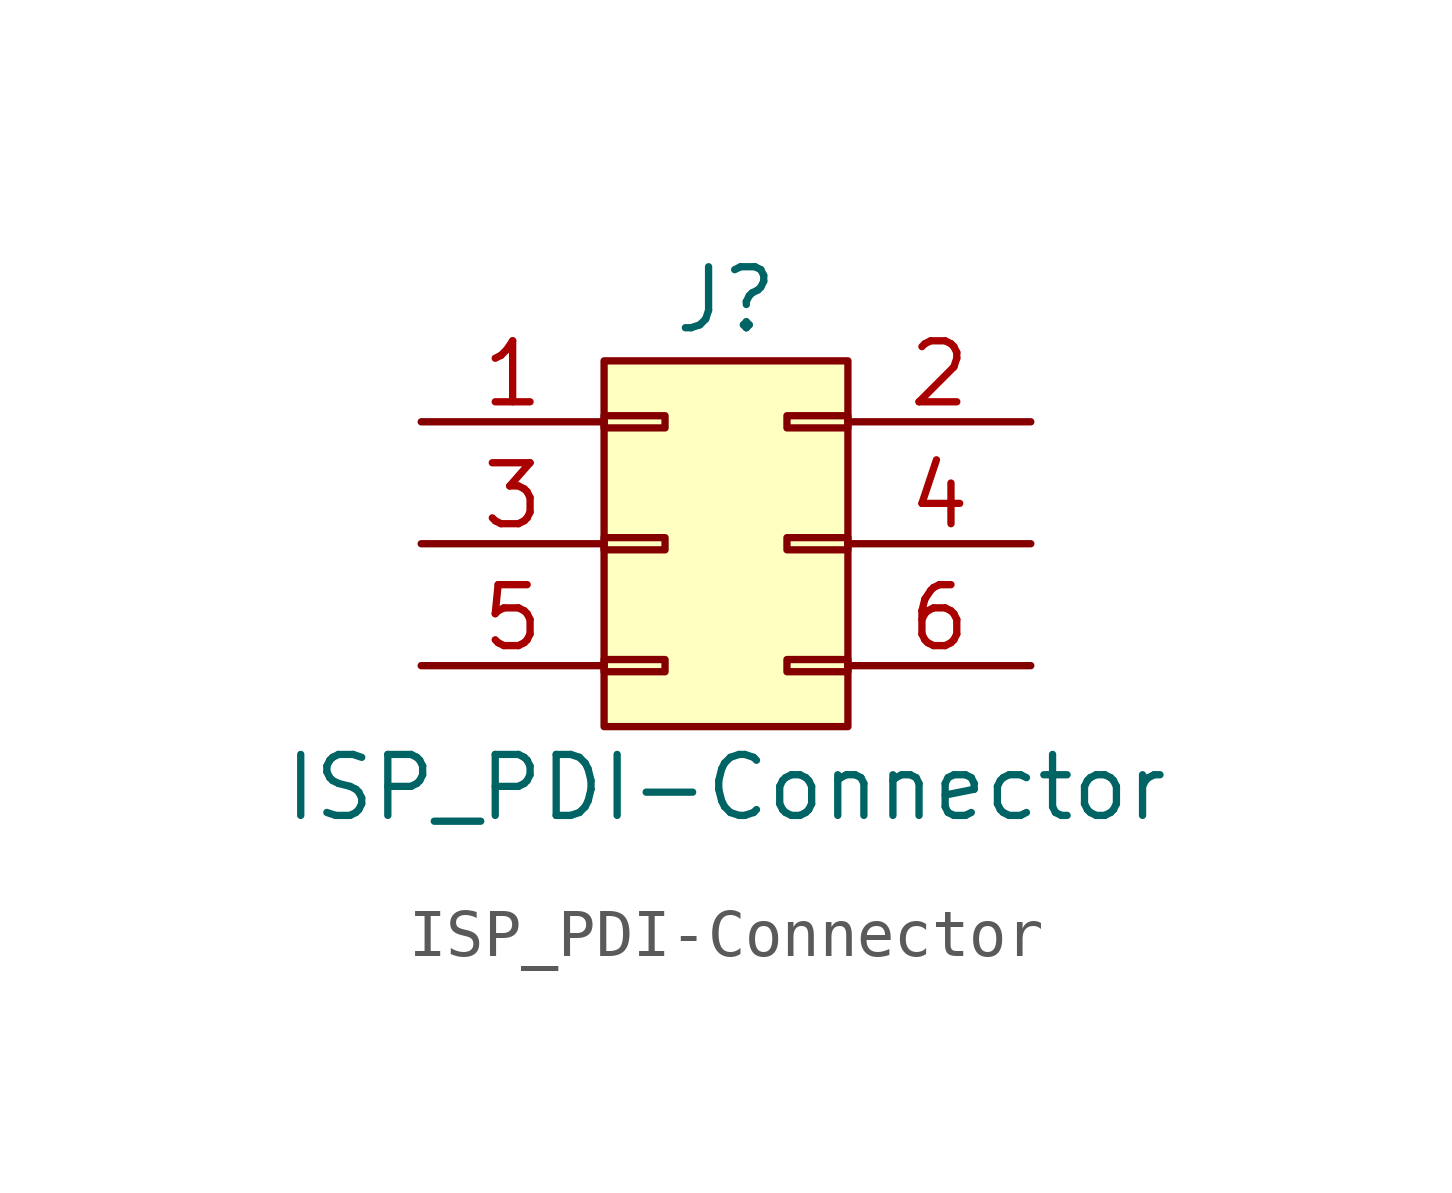
<source format=kicad_sym>
(kicad_symbol_lib
  (version 20211014)
  (generator kicad_symbol_editor)
  (symbol "ISP_PDI-Connector"
    (pin_names
      (offset 0.025) hide)
    (property "Reference" "J"
      (at 0 5.08 0)
      (effects (font (size 1.27 1.27))))
    (property "Value" "ISP_PDI-Connector"
      (at 0 -5.08 0)
      (effects (font (size 1.27 1.27))))
    (symbol "ISP_PDI-Connector_0_1"
      (rectangle (start -2.54 -2.413) (end -1.27 -2.667) (stroke (width 0) (type default) (color 0 0 0 0)) (fill (type none)))
      (rectangle (start -2.54 0.127) (end -1.27 -0.127) (stroke (width 0) (type default) (color 0 0 0 0)) (fill (type none)))
      (rectangle (start -2.54 2.667) (end -1.27 2.413) (stroke (width 0) (type default) (color 0 0 0 0)) (fill (type none)))
      (rectangle (start -2.54 3.81) (end 2.54 -3.81) (stroke (width 0) (type default) (color 0 0 0 0)) (fill (type background)))
      (rectangle (start 1.27 -2.413) (end 2.54 -2.667) (stroke (width 0) (type default) (color 0 0 0 0)) (fill (type none)))
      (rectangle (start 1.27 0.127) (end 2.54 -0.127) (stroke (width 0) (type default) (color 0 0 0 0)) (fill (type none)))
      (rectangle (start 1.27 2.667) (end 2.54 2.413) (stroke (width 0) (type default) (color 0 0 0 0)) (fill (type none))))
    (symbol "ISP_PDI-Connector_1_1"
      (pin passive line (at -6.35 2.54 0) (length 3.81) (name "P1" (effects (font (size 1.27 1.27)))) (number "1" (effects (font (size 1.27 1.27)))))
      (pin passive line (at 6.35 2.54 180) (length 3.81) (name "P2" (effects (font (size 1.27 1.27)))) (number "2" (effects (font (size 1.27 1.27)))))
      (pin passive line (at -6.35 0 0) (length 3.81) (name "P3" (effects (font (size 1.27 1.27)))) (number "3" (effects (font (size 1.27 1.27)))))
      (pin passive line (at 6.35 0 180) (length 3.81) (name "P4" (effects (font (size 1.27 1.27)))) (number "4" (effects (font (size 1.27 1.27)))))
      (pin passive line (at -6.35 -2.54 0) (length 3.81) (name "P5" (effects (font (size 1.27 1.27)))) (number "5" (effects (font (size 1.27 1.27)))))
      (pin passive line (at 6.35 -2.54 180) (length 3.81) (name "P6" (effects (font (size 1.27 1.27)))) (number "6" (effects (font (size 1.27 1.27))))))))
</source>
